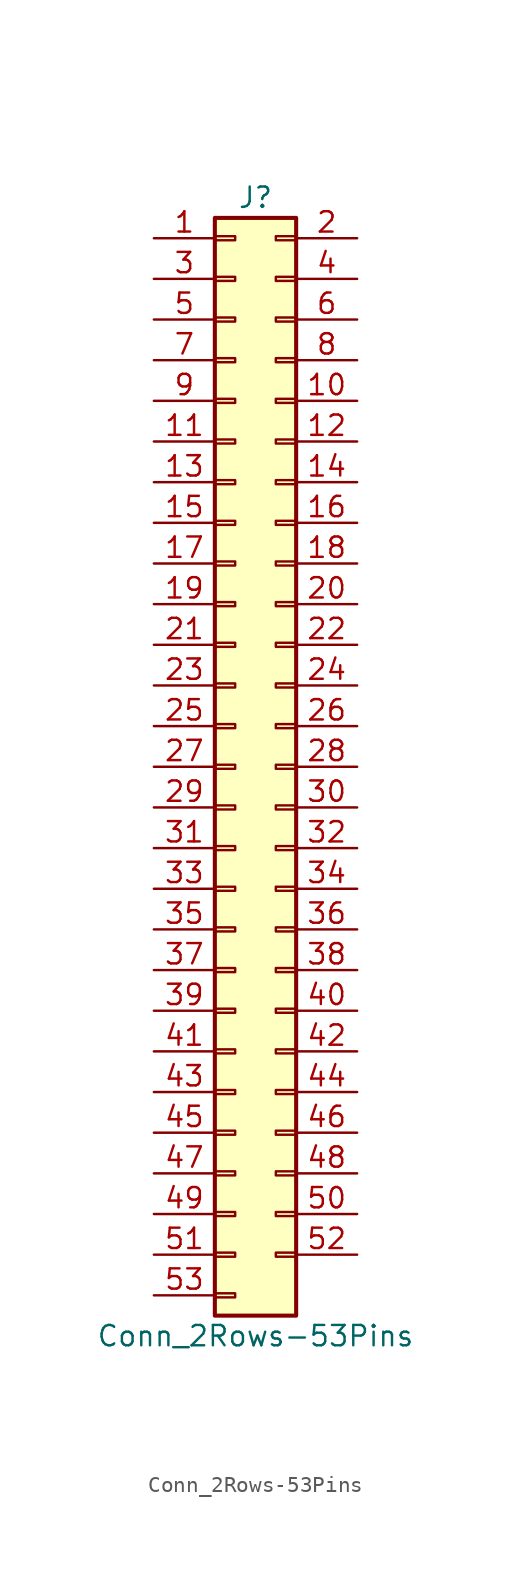
<source format=kicad_sym>
(kicad_symbol_lib
  (version 20201005)
  (generator kicad_symbol_editor)
  (symbol "Conn_2Rows-53Pins"
    (pin_names
      (offset 1.016) hide)
    (property "Reference" "J"
      (at 1.27 35.56 0)
      (effects (font (size 1.27 1.27))))
    (property "Value" "Conn_2Rows-53Pins"
      (at 1.27 -35.56 0)
      (effects (font (size 1.27 1.27))))
    (symbol "Conn_2Rows-53Pins_1_1"
      (rectangle (start -1.27 -32.893) (end 0 -33.147) (stroke (width 0.152)) (fill (type none)))
      (rectangle (start -1.27 -30.353) (end 0 -30.607) (stroke (width 0.152)) (fill (type none)))
      (rectangle (start -1.27 -27.813) (end 0 -28.067) (stroke (width 0.152)) (fill (type none)))
      (rectangle (start -1.27 -25.273) (end 0 -25.527) (stroke (width 0.152)) (fill (type none)))
      (rectangle (start -1.27 -22.733) (end 0 -22.987) (stroke (width 0.152)) (fill (type none)))
      (rectangle (start -1.27 -20.193) (end 0 -20.447) (stroke (width 0.152)) (fill (type none)))
      (rectangle (start -1.27 -17.653) (end 0 -17.907) (stroke (width 0.152)) (fill (type none)))
      (rectangle (start -1.27 -15.113) (end 0 -15.367) (stroke (width 0.152)) (fill (type none)))
      (rectangle (start -1.27 -12.573) (end 0 -12.827) (stroke (width 0.152)) (fill (type none)))
      (rectangle (start -1.27 -10.033) (end 0 -10.287) (stroke (width 0.152)) (fill (type none)))
      (rectangle (start -1.27 -7.493) (end 0 -7.747) (stroke (width 0.152)) (fill (type none)))
      (rectangle (start -1.27 -4.953) (end 0 -5.207) (stroke (width 0.152)) (fill (type none)))
      (rectangle (start -1.27 -2.413) (end 0 -2.667) (stroke (width 0.152)) (fill (type none)))
      (rectangle (start -1.27 0.127) (end 0 -0.127) (stroke (width 0.152)) (fill (type none)))
      (rectangle (start -1.27 2.667) (end 0 2.413) (stroke (width 0.152)) (fill (type none)))
      (rectangle (start -1.27 5.207) (end 0 4.953) (stroke (width 0.152)) (fill (type none)))
      (rectangle (start -1.27 7.747) (end 0 7.493) (stroke (width 0.152)) (fill (type none)))
      (rectangle (start -1.27 10.287) (end 0 10.033) (stroke (width 0.152)) (fill (type none)))
      (rectangle (start -1.27 12.827) (end 0 12.573) (stroke (width 0.152)) (fill (type none)))
      (rectangle (start -1.27 15.367) (end 0 15.113) (stroke (width 0.152)) (fill (type none)))
      (rectangle (start -1.27 17.907) (end 0 17.653) (stroke (width 0.152)) (fill (type none)))
      (rectangle (start -1.27 20.447) (end 0 20.193) (stroke (width 0.152)) (fill (type none)))
      (rectangle (start -1.27 22.987) (end 0 22.733) (stroke (width 0.152)) (fill (type none)))
      (rectangle (start -1.27 25.527) (end 0 25.273) (stroke (width 0.152)) (fill (type none)))
      (rectangle (start -1.27 28.067) (end 0 27.813) (stroke (width 0.152)) (fill (type none)))
      (rectangle (start -1.27 30.607) (end 0 30.353) (stroke (width 0.152)) (fill (type none)))
      (rectangle (start -1.27 33.147) (end 0 32.893) (stroke (width 0.152)) (fill (type none)))
      (rectangle (start -1.27 34.29) (end 3.81 -34.29) (stroke (width 0.254)) (fill (type background)))
      (rectangle (start 3.81 -30.353) (end 2.54 -30.607) (stroke (width 0.152)) (fill (type none)))
      (rectangle (start 3.81 -27.813) (end 2.54 -28.067) (stroke (width 0.152)) (fill (type none)))
      (rectangle (start 3.81 -25.273) (end 2.54 -25.527) (stroke (width 0.152)) (fill (type none)))
      (rectangle (start 3.81 -22.733) (end 2.54 -22.987) (stroke (width 0.152)) (fill (type none)))
      (rectangle (start 3.81 -20.193) (end 2.54 -20.447) (stroke (width 0.152)) (fill (type none)))
      (rectangle (start 3.81 -17.653) (end 2.54 -17.907) (stroke (width 0.152)) (fill (type none)))
      (rectangle (start 3.81 -15.113) (end 2.54 -15.367) (stroke (width 0.152)) (fill (type none)))
      (rectangle (start 3.81 -12.573) (end 2.54 -12.827) (stroke (width 0.152)) (fill (type none)))
      (rectangle (start 3.81 -10.033) (end 2.54 -10.287) (stroke (width 0.152)) (fill (type none)))
      (rectangle (start 3.81 -7.493) (end 2.54 -7.747) (stroke (width 0.152)) (fill (type none)))
      (rectangle (start 3.81 -4.953) (end 2.54 -5.207) (stroke (width 0.152)) (fill (type none)))
      (rectangle (start 3.81 -2.413) (end 2.54 -2.667) (stroke (width 0.152)) (fill (type none)))
      (rectangle (start 3.81 0.127) (end 2.54 -0.127) (stroke (width 0.152)) (fill (type none)))
      (rectangle (start 3.81 2.667) (end 2.54 2.413) (stroke (width 0.152)) (fill (type none)))
      (rectangle (start 3.81 5.207) (end 2.54 4.953) (stroke (width 0.152)) (fill (type none)))
      (rectangle (start 3.81 7.747) (end 2.54 7.493) (stroke (width 0.152)) (fill (type none)))
      (rectangle (start 3.81 10.287) (end 2.54 10.033) (stroke (width 0.152)) (fill (type none)))
      (rectangle (start 3.81 12.827) (end 2.54 12.573) (stroke (width 0.152)) (fill (type none)))
      (rectangle (start 3.81 15.367) (end 2.54 15.113) (stroke (width 0.152)) (fill (type none)))
      (rectangle (start 3.81 17.907) (end 2.54 17.653) (stroke (width 0.152)) (fill (type none)))
      (rectangle (start 3.81 20.447) (end 2.54 20.193) (stroke (width 0.152)) (fill (type none)))
      (rectangle (start 3.81 22.987) (end 2.54 22.733) (stroke (width 0.152)) (fill (type none)))
      (rectangle (start 3.81 25.527) (end 2.54 25.273) (stroke (width 0.152)) (fill (type none)))
      (rectangle (start 3.81 28.067) (end 2.54 27.813) (stroke (width 0.152)) (fill (type none)))
      (rectangle (start 3.81 30.607) (end 2.54 30.353) (stroke (width 0.152)) (fill (type none)))
      (rectangle (start 3.81 33.147) (end 2.54 32.893) (stroke (width 0.152)) (fill (type none)))
      (pin passive line (at -5.08 33.02 0) (length 3.81) (name "Pin_1" (effects (font (size 1.27 1.27)))) (number "1" (effects (font (size 1.27 1.27)))))
      (pin passive line (at 7.62 22.86 180) (length 3.81) (name "Pin_10" (effects (font (size 1.27 1.27)))) (number "10" (effects (font (size 1.27 1.27)))))
      (pin passive line (at -5.08 20.32 0) (length 3.81) (name "Pin_11" (effects (font (size 1.27 1.27)))) (number "11" (effects (font (size 1.27 1.27)))))
      (pin passive line (at 7.62 20.32 180) (length 3.81) (name "Pin_12" (effects (font (size 1.27 1.27)))) (number "12" (effects (font (size 1.27 1.27)))))
      (pin passive line (at -5.08 17.78 0) (length 3.81) (name "Pin_13" (effects (font (size 1.27 1.27)))) (number "13" (effects (font (size 1.27 1.27)))))
      (pin passive line (at 7.62 17.78 180) (length 3.81) (name "Pin_14" (effects (font (size 1.27 1.27)))) (number "14" (effects (font (size 1.27 1.27)))))
      (pin passive line (at -5.08 15.24 0) (length 3.81) (name "Pin_15" (effects (font (size 1.27 1.27)))) (number "15" (effects (font (size 1.27 1.27)))))
      (pin passive line (at 7.62 15.24 180) (length 3.81) (name "Pin_16" (effects (font (size 1.27 1.27)))) (number "16" (effects (font (size 1.27 1.27)))))
      (pin passive line (at -5.08 12.7 0) (length 3.81) (name "Pin_17" (effects (font (size 1.27 1.27)))) (number "17" (effects (font (size 1.27 1.27)))))
      (pin passive line (at 7.62 12.7 180) (length 3.81) (name "Pin_18" (effects (font (size 1.27 1.27)))) (number "18" (effects (font (size 1.27 1.27)))))
      (pin passive line (at -5.08 10.16 0) (length 3.81) (name "Pin_19" (effects (font (size 1.27 1.27)))) (number "19" (effects (font (size 1.27 1.27)))))
      (pin passive line (at 7.62 33.02 180) (length 3.81) (name "Pin_2" (effects (font (size 1.27 1.27)))) (number "2" (effects (font (size 1.27 1.27)))))
      (pin passive line (at 7.62 10.16 180) (length 3.81) (name "Pin_20" (effects (font (size 1.27 1.27)))) (number "20" (effects (font (size 1.27 1.27)))))
      (pin passive line (at -5.08 7.62 0) (length 3.81) (name "Pin_21" (effects (font (size 1.27 1.27)))) (number "21" (effects (font (size 1.27 1.27)))))
      (pin passive line (at 7.62 7.62 180) (length 3.81) (name "Pin_22" (effects (font (size 1.27 1.27)))) (number "22" (effects (font (size 1.27 1.27)))))
      (pin passive line (at -5.08 5.08 0) (length 3.81) (name "Pin_23" (effects (font (size 1.27 1.27)))) (number "23" (effects (font (size 1.27 1.27)))))
      (pin passive line (at 7.62 5.08 180) (length 3.81) (name "Pin_24" (effects (font (size 1.27 1.27)))) (number "24" (effects (font (size 1.27 1.27)))))
      (pin passive line (at -5.08 2.54 0) (length 3.81) (name "Pin_25" (effects (font (size 1.27 1.27)))) (number "25" (effects (font (size 1.27 1.27)))))
      (pin passive line (at 7.62 2.54 180) (length 3.81) (name "Pin_26" (effects (font (size 1.27 1.27)))) (number "26" (effects (font (size 1.27 1.27)))))
      (pin passive line (at -5.08 0 0) (length 3.81) (name "Pin_27" (effects (font (size 1.27 1.27)))) (number "27" (effects (font (size 1.27 1.27)))))
      (pin passive line (at 7.62 0 180) (length 3.81) (name "Pin_28" (effects (font (size 1.27 1.27)))) (number "28" (effects (font (size 1.27 1.27)))))
      (pin passive line (at -5.08 -2.54 0) (length 3.81) (name "Pin_29" (effects (font (size 1.27 1.27)))) (number "29" (effects (font (size 1.27 1.27)))))
      (pin passive line (at -5.08 30.48 0) (length 3.81) (name "Pin_3" (effects (font (size 1.27 1.27)))) (number "3" (effects (font (size 1.27 1.27)))))
      (pin passive line (at 7.62 -2.54 180) (length 3.81) (name "Pin_30" (effects (font (size 1.27 1.27)))) (number "30" (effects (font (size 1.27 1.27)))))
      (pin passive line (at -5.08 -5.08 0) (length 3.81) (name "Pin_31" (effects (font (size 1.27 1.27)))) (number "31" (effects (font (size 1.27 1.27)))))
      (pin passive line (at 7.62 -5.08 180) (length 3.81) (name "Pin_32" (effects (font (size 1.27 1.27)))) (number "32" (effects (font (size 1.27 1.27)))))
      (pin passive line (at -5.08 -7.62 0) (length 3.81) (name "Pin_33" (effects (font (size 1.27 1.27)))) (number "33" (effects (font (size 1.27 1.27)))))
      (pin passive line (at 7.62 -7.62 180) (length 3.81) (name "Pin_34" (effects (font (size 1.27 1.27)))) (number "34" (effects (font (size 1.27 1.27)))))
      (pin passive line (at -5.08 -10.16 0) (length 3.81) (name "Pin_35" (effects (font (size 1.27 1.27)))) (number "35" (effects (font (size 1.27 1.27)))))
      (pin passive line (at 7.62 -10.16 180) (length 3.81) (name "Pin_36" (effects (font (size 1.27 1.27)))) (number "36" (effects (font (size 1.27 1.27)))))
      (pin passive line (at -5.08 -12.7 0) (length 3.81) (name "Pin_37" (effects (font (size 1.27 1.27)))) (number "37" (effects (font (size 1.27 1.27)))))
      (pin passive line (at 7.62 -12.7 180) (length 3.81) (name "Pin_38" (effects (font (size 1.27 1.27)))) (number "38" (effects (font (size 1.27 1.27)))))
      (pin passive line (at -5.08 -15.24 0) (length 3.81) (name "Pin_39" (effects (font (size 1.27 1.27)))) (number "39" (effects (font (size 1.27 1.27)))))
      (pin passive line (at 7.62 30.48 180) (length 3.81) (name "Pin_4" (effects (font (size 1.27 1.27)))) (number "4" (effects (font (size 1.27 1.27)))))
      (pin passive line (at 7.62 -15.24 180) (length 3.81) (name "Pin_40" (effects (font (size 1.27 1.27)))) (number "40" (effects (font (size 1.27 1.27)))))
      (pin passive line (at -5.08 -17.78 0) (length 3.81) (name "Pin_41" (effects (font (size 1.27 1.27)))) (number "41" (effects (font (size 1.27 1.27)))))
      (pin passive line (at 7.62 -17.78 180) (length 3.81) (name "Pin_42" (effects (font (size 1.27 1.27)))) (number "42" (effects (font (size 1.27 1.27)))))
      (pin passive line (at -5.08 -20.32 0) (length 3.81) (name "Pin_43" (effects (font (size 1.27 1.27)))) (number "43" (effects (font (size 1.27 1.27)))))
      (pin passive line (at 7.62 -20.32 180) (length 3.81) (name "Pin_44" (effects (font (size 1.27 1.27)))) (number "44" (effects (font (size 1.27 1.27)))))
      (pin passive line (at -5.08 -22.86 0) (length 3.81) (name "Pin_45" (effects (font (size 1.27 1.27)))) (number "45" (effects (font (size 1.27 1.27)))))
      (pin passive line (at 7.62 -22.86 180) (length 3.81) (name "Pin_46" (effects (font (size 1.27 1.27)))) (number "46" (effects (font (size 1.27 1.27)))))
      (pin passive line (at -5.08 -25.4 0) (length 3.81) (name "Pin_47" (effects (font (size 1.27 1.27)))) (number "47" (effects (font (size 1.27 1.27)))))
      (pin passive line (at 7.62 -25.4 180) (length 3.81) (name "Pin_48" (effects (font (size 1.27 1.27)))) (number "48" (effects (font (size 1.27 1.27)))))
      (pin passive line (at -5.08 -27.94 0) (length 3.81) (name "Pin_49" (effects (font (size 1.27 1.27)))) (number "49" (effects (font (size 1.27 1.27)))))
      (pin passive line (at -5.08 27.94 0) (length 3.81) (name "Pin_5" (effects (font (size 1.27 1.27)))) (number "5" (effects (font (size 1.27 1.27)))))
      (pin passive line (at 7.62 -27.94 180) (length 3.81) (name "Pin_50" (effects (font (size 1.27 1.27)))) (number "50" (effects (font (size 1.27 1.27)))))
      (pin passive line (at -5.08 -30.48 0) (length 3.81) (name "Pin_51" (effects (font (size 1.27 1.27)))) (number "51" (effects (font (size 1.27 1.27)))))
      (pin passive line (at 7.62 -30.48 180) (length 3.81) (name "Pin_52" (effects (font (size 1.27 1.27)))) (number "52" (effects (font (size 1.27 1.27)))))
      (pin passive line (at -5.08 -33.02 0) (length 3.81) (name "Pin_53" (effects (font (size 1.27 1.27)))) (number "53" (effects (font (size 1.27 1.27)))))
      (pin passive line (at 7.62 27.94 180) (length 3.81) (name "Pin_6" (effects (font (size 1.27 1.27)))) (number "6" (effects (font (size 1.27 1.27)))))
      (pin passive line (at -5.08 25.4 0) (length 3.81) (name "Pin_7" (effects (font (size 1.27 1.27)))) (number "7" (effects (font (size 1.27 1.27)))))
      (pin passive line (at 7.62 25.4 180) (length 3.81) (name "Pin_8" (effects (font (size 1.27 1.27)))) (number "8" (effects (font (size 1.27 1.27)))))
      (pin passive line (at -5.08 22.86 0) (length 3.81) (name "Pin_9" (effects (font (size 1.27 1.27)))) (number "9" (effects (font (size 1.27 1.27))))))))
</source>
